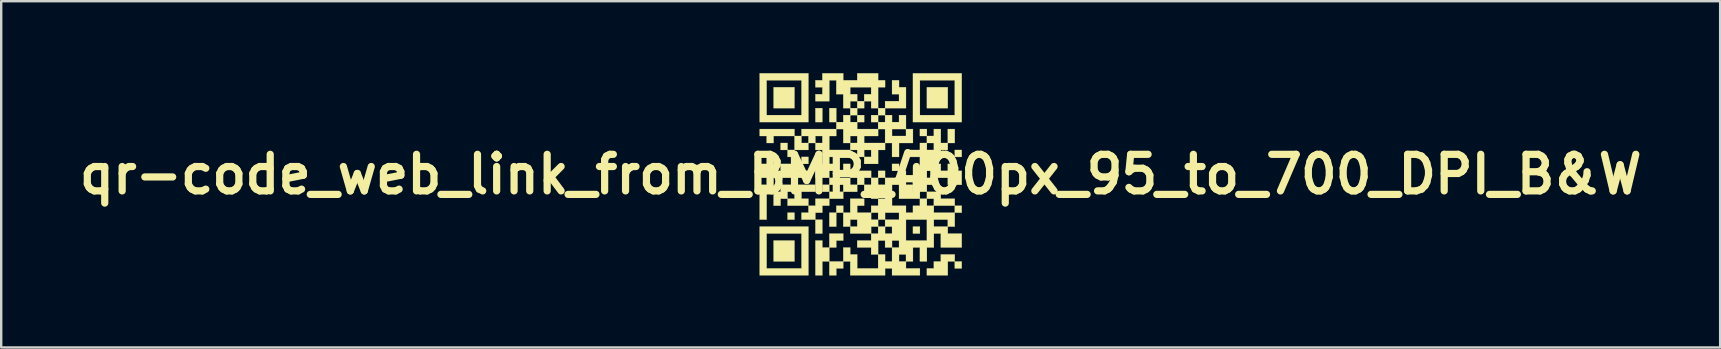
<source format=kicad_pcb>
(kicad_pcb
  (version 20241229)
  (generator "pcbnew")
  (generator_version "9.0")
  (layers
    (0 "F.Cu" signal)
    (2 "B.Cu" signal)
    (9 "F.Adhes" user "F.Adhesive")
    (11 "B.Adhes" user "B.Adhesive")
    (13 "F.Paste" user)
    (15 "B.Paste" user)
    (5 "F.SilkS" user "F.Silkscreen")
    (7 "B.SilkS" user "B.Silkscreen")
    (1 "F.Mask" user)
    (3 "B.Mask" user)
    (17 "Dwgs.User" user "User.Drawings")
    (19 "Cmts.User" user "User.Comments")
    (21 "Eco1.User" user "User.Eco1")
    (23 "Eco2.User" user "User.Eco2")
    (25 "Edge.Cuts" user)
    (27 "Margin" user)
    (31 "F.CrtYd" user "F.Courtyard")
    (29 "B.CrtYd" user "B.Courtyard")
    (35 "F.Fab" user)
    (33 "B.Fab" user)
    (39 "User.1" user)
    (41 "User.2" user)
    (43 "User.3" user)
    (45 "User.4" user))
  (footprint "qr-code_web_link_from_BMP_400px_95_to_700_DPI_B&W"
    (layer "F.Cu")
    (at 32.81 4.214)
    (property "Reference" "qr-code_web_link_from_BMP_400px_95_to_700_DPI_B&W" (at 0 0 0) (layer "F.SilkS") (effects (font (size 1.524 1.524) (thickness 0.3))))
    (attr through_hole)
    (fp_poly (pts (xy -3.048 -1.016) (xy -3.338 -1.016) (xy -3.338 -1.306) (xy -3.048 -1.306) (xy -3.048 -1.016)) (stroke (width 0.01) (type solid)) (fill yes) (layer "F.SilkS"))
    (fp_poly (pts (xy -2.758 -2.758) (xy -3.629 -2.758) (xy -3.629 -3.629) (xy -2.758 -3.629) (xy -2.758 -2.758)) (stroke (width 0.01) (type solid)) (fill yes) (layer "F.SilkS"))
    (fp_poly (pts (xy -2.758 -0.726) (xy -3.048 -0.726) (xy -3.048 -1.016) (xy -2.758 -1.016) (xy -2.758 -0.726)) (stroke (width 0.01) (type solid)) (fill yes) (layer "F.SilkS"))
    (fp_poly (pts (xy -2.758 1.887) (xy -3.048 1.887) (xy -3.048 1.597) (xy -2.758 1.597) (xy -2.758 1.887)) (stroke (width 0.01) (type solid)) (fill yes) (layer "F.SilkS"))
    (fp_poly (pts (xy -2.758 3.629) (xy -3.629 3.629) (xy -3.629 2.758) (xy -2.758 2.758) (xy -2.758 3.629)) (stroke (width 0.01) (type solid)) (fill yes) (layer "F.SilkS"))
    (fp_poly (pts (xy -2.177 -0.435) (xy -2.467 -0.435) (xy -2.467 -0.726) (xy -2.177 -0.726) (xy -2.177 -0.435)) (stroke (width 0.01) (type solid)) (fill yes) (layer "F.SilkS"))
    (fp_poly (pts (xy -1.597 -2.177) (xy -1.887 -2.177) (xy -1.887 -2.758) (xy -1.597 -2.758) (xy -1.597 -2.177)) (stroke (width 0.01) (type solid)) (fill yes) (layer "F.SilkS"))
    (fp_poly (pts (xy -1.597 2.467) (xy -1.887 2.467) (xy -1.887 1.887) (xy -1.597 1.887) (xy -1.597 2.467)) (stroke (width 0.01) (type solid)) (fill yes) (layer "F.SilkS"))
    (fp_poly (pts (xy -1.016 -2.177) (xy -1.306 -2.177) (xy -1.306 -2.758) (xy -1.016 -2.758) (xy -1.016 -2.177)) (stroke (width 0.01) (type solid)) (fill yes) (layer "F.SilkS"))
    (fp_poly (pts (xy -1.016 2.177) (xy -1.306 2.177) (xy -1.306 1.597) (xy -1.016 1.597) (xy -1.016 2.177)) (stroke (width 0.01) (type solid)) (fill yes) (layer "F.SilkS"))
    (fp_poly (pts (xy -0.726 1.597) (xy -1.016 1.597) (xy -1.016 1.306) (xy -0.726 1.306) (xy -0.726 1.597)) (stroke (width 0.01) (type solid)) (fill yes) (layer "F.SilkS"))
    (fp_poly (pts (xy -0.435 -0.145) (xy -0.726 -0.145) (xy -0.726 -0.435) (xy -0.435 -0.435) (xy -0.435 -0.145)) (stroke (width 0.01) (type solid)) (fill yes) (layer "F.SilkS"))
    (fp_poly (pts (xy 0.145 -2.758) (xy -0.145 -2.758) (xy -0.145 -3.048) (xy 0.145 -3.048) (xy 0.145 -2.758)) (stroke (width 0.01) (type solid)) (fill yes) (layer "F.SilkS"))
    (fp_poly (pts (xy 0.145 -2.177) (xy -0.145 -2.177) (xy -0.145 -2.467) (xy 0.145 -2.467) (xy 0.145 -2.177)) (stroke (width 0.01) (type solid)) (fill yes) (layer "F.SilkS"))
    (fp_poly (pts (xy 0.726 -2.177) (xy 0.435 -2.177) (xy 0.435 -2.467) (xy 0.726 -2.467) (xy 0.726 -2.177)) (stroke (width 0.01) (type solid)) (fill yes) (layer "F.SilkS"))
    (fp_poly (pts (xy 1.597 -0.145) (xy 1.306 -0.145) (xy 1.306 -0.435) (xy 1.597 -0.435) (xy 1.597 -0.145)) (stroke (width 0.01) (type solid)) (fill yes) (layer "F.SilkS"))
    (fp_poly (pts (xy 2.467 2.467) (xy 2.177 2.467) (xy 2.177 2.177) (xy 2.467 2.177) (xy 2.467 2.467)) (stroke (width 0.01) (type solid)) (fill yes) (layer "F.SilkS"))
    (fp_poly (pts (xy 2.758 -1.597) (xy 2.467 -1.597) (xy 2.467 -1.887) (xy 2.758 -1.887) (xy 2.758 -1.597)) (stroke (width 0.01) (type solid)) (fill yes) (layer "F.SilkS"))
    (fp_poly (pts (xy 3.629 -2.758) (xy 2.758 -2.758) (xy 2.758 -3.629) (xy 3.629 -3.629) (xy 3.629 -2.758)) (stroke (width 0.01) (type solid)) (fill yes) (layer "F.SilkS"))
    (fp_poly (pts (xy 3.919 -1.306) (xy 3.629 -1.306) (xy 3.629 -1.887) (xy 3.919 -1.887) (xy 3.919 -1.306)) (stroke (width 0.01) (type solid)) (fill yes) (layer "F.SilkS"))
    (fp_poly (pts (xy 4.209 -0.726) (xy 3.919 -0.726) (xy 3.919 -1.016) (xy 4.209 -1.016) (xy 4.209 -0.726)) (stroke (width 0.01) (type solid)) (fill yes) (layer "F.SilkS"))
    (fp_poly (pts (xy 4.209 1.597) (xy 3.919 1.597) (xy 3.919 1.306) (xy 4.209 1.306) (xy 4.209 1.597)) (stroke (width 0.01) (type solid)) (fill yes) (layer "F.SilkS"))
    (fp_poly (pts (xy 4.209 3.919) (xy 3.919 3.919) (xy 3.919 3.629) (xy 4.209 3.629) (xy 4.209 3.919)) (stroke (width 0.01) (type solid)) (fill yes) (layer "F.SilkS"))
    (fp_poly (pts (xy -0.726 2.758) (xy -1.016 2.758) (xy -1.016 3.048) (xy -1.306 3.048) (xy -1.306 2.467) (xy -0.726 2.467) (xy -0.726 2.758)) (stroke (width 0.01) (type solid)) (fill yes) (layer "F.SilkS"))
    (fp_poly (pts (xy -0.726 3.919) (xy -1.016 3.919) (xy -1.016 4.209) (xy -1.306 4.209) (xy -1.306 3.629) (xy -0.726 3.629) (xy -0.726 3.919)) (stroke (width 0.01) (type solid)) (fill yes) (layer "F.SilkS"))
    (fp_poly (pts (xy -2.758 -1.597) (xy -3.629 -1.597) (xy -3.629 -1.306) (xy -3.919 -1.306) (xy -3.919 -1.597) (xy -4.209 -1.597) (xy -4.209 -1.887) (xy -2.758 -1.887) (xy -2.758 -1.597)) (stroke (width 0.01) (type solid)) (fill yes) (layer "F.SilkS"))
    (fp_poly (pts (xy -1.597 3.048) (xy -1.306 3.048) (xy -1.306 3.629) (xy -1.597 3.629) (xy -1.597 4.209) (xy -1.887 4.209) (xy -1.887 2.758) (xy -1.597 2.758) (xy -1.597 3.048)) (stroke (width 0.01) (type solid)) (fill yes) (layer "F.SilkS"))
    (fp_poly (pts (xy 1.597 -3.629) (xy 1.887 -3.629) (xy 1.887 -2.758) (xy 1.016 -2.758) (xy 1.016 -3.048) (xy 1.597 -3.048) (xy 1.597 -3.338) (xy 1.306 -3.338) (xy 1.306 -3.919) (xy 1.597 -3.919) (xy 1.597 -3.629)) (stroke (width 0.01) (type solid)) (fill yes) (layer "F.SilkS"))
    (fp_poly (pts (xy 3.919 3.629) (xy 3.629 3.629) (xy 3.629 4.209) (xy 2.758 4.209) (xy 2.758 3.919) (xy 3.048 3.919) (xy 3.048 3.629) (xy 3.338 3.629) (xy 3.338 3.338) (xy 3.919 3.338) (xy 3.919 3.629)) (stroke (width 0.01) (type solid)) (fill yes) (layer "F.SilkS"))
    (fp_poly (pts (xy -2.177 -2.177) (xy -4.209 -2.177) (xy -4.209 -3.919) (xy -3.919 -3.919) (xy -3.919 -2.467) (xy -2.467 -2.467) (xy -2.467 -3.919) (xy -3.919 -3.919) (xy -4.209 -3.919) (xy -4.209 -4.209) (xy -2.177 -4.209) (xy -2.177 -2.177)) (stroke (width 0.01) (type solid)) (fill yes) (layer "F.SilkS"))
    (fp_poly (pts (xy -2.177 4.209) (xy -4.209 4.209) (xy -4.209 2.467) (xy -3.919 2.467) (xy -3.919 3.919) (xy -2.467 3.919) (xy -2.467 2.467) (xy -3.919 2.467) (xy -4.209 2.467) (xy -4.209 2.177) (xy -2.177 2.177) (xy -2.177 4.209)) (stroke (width 0.01) (type solid)) (fill yes) (layer "F.SilkS"))
    (fp_poly (pts (xy 4.209 -2.177) (xy 2.177 -2.177) (xy 2.177 -3.919) (xy 2.467 -3.919) (xy 2.467 -2.467) (xy 3.919 -2.467) (xy 3.919 -3.919) (xy 2.467 -3.919) (xy 2.177 -3.919) (xy 2.177 -4.209) (xy 4.209 -4.209) (xy 4.209 -2.177)) (stroke (width 0.01) (type solid)) (fill yes) (layer "F.SilkS"))
    (fp_poly (pts (xy -1.306 1.306) (xy -1.597 1.306) (xy -1.597 1.597) (xy -1.887 1.597) (xy -1.887 1.887) (xy -2.467 1.887) (xy -2.467 1.597) (xy -2.177 1.597) (xy -2.177 1.306) (xy -1.887 1.306) (xy -1.887 1.016) (xy -1.306 1.016) (xy -1.306 1.306)) (stroke (width 0.01) (type solid)) (fill yes) (layer "F.SilkS"))
    (fp_poly (pts (xy -3.629 -0.145) (xy -3.338 -0.145) (xy -3.338 -0.435) (xy -2.758 -0.435) (xy -2.758 -0.145) (xy -2.177 -0.145) (xy -2.177 0.145) (xy -3.629 0.145) (xy -3.629 0.726) (xy -3.919 0.726) (xy -3.919 1.887) (xy -4.209 1.887) (xy -4.209 0.435) (xy -3.919 0.435) (xy -3.919 0.145) (xy -4.209 0.145) (xy -4.209 -0.435) (xy -3.919 -0.435) (xy -3.919 -0.726) (xy -3.629 -0.726) (xy -3.629 -0.145)) (stroke (width 0.01) (type solid)) (fill yes) (layer "F.SilkS"))
    (fp_poly (pts (xy -1.887 0.726) (xy -2.467 0.726) (xy -2.467 1.016) (xy -2.177 1.016) (xy -2.177 1.306) (xy -3.048 1.306) (xy -3.048 1.016) (xy -3.338 1.016) (xy -3.338 1.306) (xy -3.629 1.306) (xy -3.629 0.726) (xy -3.338 0.726) (xy -3.048 0.726) (xy -3.048 1.016) (xy -2.758 1.016) (xy -2.758 0.726) (xy -3.048 0.726) (xy -3.338 0.726) (xy -3.338 0.435) (xy -1.887 0.435) (xy -1.887 0.726)) (stroke (width 0.01) (type solid)) (fill yes) (layer "F.SilkS"))
    (fp_poly (pts (xy 2.177 -1.887) (xy 2.177 -1.306) (xy 1.597 -1.306) (xy 1.597 -0.726) (xy 1.306 -0.726) (xy 1.306 -1.306) (xy 1.016 -1.306) (xy 1.016 -1.016) (xy 0.726 -1.016) (xy 0.726 -0.435) (xy 0.145 -0.435) (xy 0.145 -0.726) (xy -0.145 -0.726) (xy -0.145 -1.016) (xy 0.145 -1.016) (xy 0.145 -0.726) (xy 0.435 -0.726) (xy 0.435 -1.016) (xy 0.145 -1.016) (xy -0.145 -1.016) (xy -0.435 -1.016) (xy -0.435 -0.726) (xy -1.306 -0.726) (xy -1.306 -0.435) (xy -1.016 -0.435) (xy -1.016 -0.145) (xy -1.306 -0.145) (xy -1.306 0.145) (xy -1.887 0.145) (xy -1.887 -0.435) (xy -1.597 -0.435) (xy -1.597 -1.016) (xy -1.887 -1.016) (xy -1.887 -1.306) (xy -2.177 -1.306) (xy -2.177 -1.016) (xy -2.758 -1.016) (xy -2.758 -1.597) (xy -2.467 -1.597) (xy -2.467 -1.306) (xy -2.177 -1.306) (xy -2.177 -1.597) (xy -1.887 -1.597) (xy -1.887 -1.306) (xy -1.597 -1.306) (xy -1.597 -1.597) (xy -1.306 -1.597) (xy -1.306 -1.016) (xy -0.435 -1.016) (xy -0.435 -1.306) (xy -0.726 -1.306) (xy -0.726 -1.597) (xy -0.435 -1.597) (xy -0.435 -1.306) (xy -0.145 -1.306) (xy -0.145 -1.597) (xy 0.145 -1.597) (xy 0.145 -1.306) (xy 1.016 -1.306) (xy 1.016 -1.887) (xy 1.306 -1.887) (xy 1.306 -1.597) (xy 1.887 -1.597) (xy 1.887 -1.887) (xy 1.306 -1.887) (xy 1.016 -1.887) (xy 0.726 -1.887) (xy 0.726 -1.597) (xy 0.145 -1.597) (xy -0.145 -1.597) (xy -0.435 -1.597) (xy -0.726 -1.597) (xy -0.726 -1.887) (xy -1.016 -1.887) (xy -1.016 -1.597) (xy -1.306 -1.597) (xy -1.597 -1.597) (xy -1.887 -1.597) (xy -2.177 -1.597) (xy -2.467 -1.597) (xy -2.467 -1.887) (xy -1.016 -1.887) (xy -1.016 -2.177) (xy -0.726 -2.177) (xy -0.726 -2.467) (xy -0.435 -2.467) (xy -0.435 -2.758) (xy -0.726 -2.758) (xy -0.726 -3.338) (xy -1.016 -3.338) (xy -1.016 -3.629) (xy -0.435 -3.629) (xy -0.435 -3.338) (xy -0.145 -3.338) (xy -0.145 -3.048) (xy -0.435 -3.048) (xy -0.435 -2.758) (xy -0.145 -2.758) (xy -0.145 -2.467) (xy -0.435 -2.467) (xy -0.435 -2.177) (xy -0.145 -2.177) (xy -0.145 -1.887) (xy 0.726 -1.887) (xy 0.726 -2.177) (xy 1.016 -2.177) (xy 1.016 -2.467) (xy 0.726 -2.467) (xy 0.726 -2.758) (xy 0.435 -2.758) (xy 0.435 -3.048) (xy 0.145 -3.048) (xy 0.145 -3.338) (xy 0.435 -3.338) (xy 0.435 -3.629) (xy -0.435 -3.629) (xy -1.016 -3.629) (xy -1.016 -3.919) (xy -1.306 -3.919) (xy -1.306 -3.048) (xy -1.887 -3.048) (xy -1.887 -3.338) (xy -1.597 -3.338) (xy -1.597 -3.629) (xy -1.887 -3.629) (xy -1.887 -3.919) (xy -1.597 -3.919) (xy -1.597 -4.209) (xy -0.726 -4.209) (xy -0.726 -3.919) (xy -0.145 -3.919) (xy -0.145 -4.209) (xy 0.726 -4.209) (xy 0.726 -3.919) (xy 1.016 -3.919) (xy 1.016 -3.629) (xy 0.726 -3.629) (xy 0.726 -2.758) (xy 1.016 -2.758) (xy 1.016 -2.467) (xy 1.306 -2.467) (xy 1.306 -2.177) (xy 1.597 -2.177) (xy 1.597 -2.467) (xy 1.887 -2.467) (xy 1.887 -1.887) (xy 2.177 -1.887)) (stroke (width 0.01) (type solid)) (fill yes) (layer "F.SilkS"))
    (fp_poly (pts (xy -0.726 3.048) (xy -0.435 3.048) (xy -0.435 3.338) (xy -0.145 3.338) (xy -0.145 3.919) (xy 0.726 3.919) (xy 0.726 3.338) (xy 0.435 3.338) (xy 0.435 3.048) (xy -0.145 3.048) (xy -0.145 2.758) (xy 0.435 2.758) (xy 0.726 2.758) (xy 0.726 3.338) (xy 1.016 3.338) (xy 1.016 3.629) (xy 1.306 3.629) (xy 1.306 3.338) (xy 1.597 3.338) (xy 1.597 3.629) (xy 1.887 3.629) (xy 1.887 3.338) (xy 1.597 3.338) (xy 1.306 3.338) (xy 1.306 3.048) (xy 1.016 3.048) (xy 1.016 2.758) (xy 1.306 2.758) (xy 1.306 3.048) (xy 1.597 3.048) (xy 1.597 2.758) (xy 1.306 2.758) (xy 1.016 2.758) (xy 0.726 2.758) (xy 0.435 2.758) (xy 0.435 2.467) (xy -0.435 2.467) (xy -0.435 2.177) (xy -0.726 2.177) (xy -0.726 1.887) (xy -0.435 1.887) (xy -0.435 2.177) (xy -0.145 2.177) (xy 0.435 2.177) (xy 0.435 2.467) (xy 0.726 2.467) (xy 0.726 2.177) (xy 0.435 2.177) (xy -0.145 2.177) (xy -0.145 1.887) (xy -0.435 1.887) (xy -0.726 1.887) (xy -0.726 1.597) (xy -0.435 1.597) (xy -0.435 1.016) (xy 0.145 1.016) (xy 0.145 1.306) (xy -0.145 1.306) (xy -0.145 1.597) (xy 0.435 1.597) (xy 0.435 1.887) (xy 0.726 1.887) (xy 0.726 2.177) (xy 1.016 2.177) (xy 1.016 2.467) (xy 1.306 2.467) (xy 1.306 2.177) (xy 1.016 2.177) (xy 1.016 1.887) (xy 0.726 1.887) (xy 0.726 1.597) (xy 1.016 1.597) (xy 1.016 1.887) (xy 1.597 1.887) (xy 1.887 1.887) (xy 1.887 2.758) (xy 2.758 2.758) (xy 2.758 1.887) (xy 3.048 1.887) (xy 3.048 2.177) (xy 3.629 2.177) (xy 3.629 1.887) (xy 3.048 1.887) (xy 2.758 1.887) (xy 1.887 1.887) (xy 1.597 1.887) (xy 1.597 1.597) (xy 1.016 1.597) (xy 0.726 1.597) (xy 0.435 1.597) (xy 0.435 1.306) (xy 0.726 1.306) (xy 0.726 1.016) (xy 0.435 1.016) (xy 0.435 0.726) (xy 0.726 0.726) (xy 0.726 1.016) (xy 1.016 1.016) (xy 1.016 0.726) (xy 0.726 0.726) (xy 0.435 0.726) (xy 0.145 0.726) (xy 0.145 0.435) (xy -0.145 0.435) (xy -0.145 0.726) (xy -0.726 0.726) (xy -0.726 1.016) (xy -1.306 1.016) (xy -1.306 0.726) (xy -1.597 0.726) (xy -1.597 0.435) (xy -1.306 0.435) (xy -1.306 0.726) (xy -0.726 0.726) (xy -0.726 0.435) (xy -1.306 0.435) (xy -1.306 0.145) (xy -0.435 0.145) (xy -0.435 0.435) (xy -0.145 0.435) (xy -0.145 0.145) (xy 0.145 0.145) (xy 0.145 0.435) (xy 0.435 0.435) (xy 0.435 0.145) (xy 0.145 0.145) (xy -0.145 0.145) (xy -0.435 0.145) (xy -0.435 -0.145) (xy 0.435 -0.145) (xy 0.435 0.145) (xy 0.726 0.145) (xy 0.726 0.435) (xy 1.016 0.435) (xy 1.306 0.435) (xy 1.306 1.306) (xy 1.887 1.306) (xy 1.887 1.597) (xy 2.177 1.597) (xy 2.177 1.306) (xy 2.467 1.306) (xy 2.467 1.016) (xy 1.597 1.016) (xy 1.597 0.435) (xy 1.306 0.435) (xy 1.016 0.435) (xy 1.016 0.145) (xy 0.726 0.145) (xy 0.726 -0.145) (xy 1.016 -0.145) (xy 1.016 0.145) (xy 1.597 0.145) (xy 1.597 -0.145) (xy 1.887 -0.145) (xy 1.887 0.435) (xy 2.177 0.435) (xy 2.177 0.726) (xy 2.467 0.726) (xy 2.467 1.016) (xy 2.758 1.016) (xy 2.758 1.306) (xy 3.048 1.306) (xy 3.048 1.016) (xy 2.758 1.016) (xy 2.758 0.726) (xy 2.467 0.726) (xy 2.467 0.435) (xy 2.177 0.435) (xy 2.177 0.145) (xy 2.467 0.145) (xy 2.467 -0.145) (xy 2.758 -0.145) (xy 2.758 0.145) (xy 3.048 0.145) (xy 3.048 -0.145) (xy 2.758 -0.145) (xy 2.467 -0.145) (xy 2.467 -0.726) (xy 1.887 -0.726) (xy 1.887 -1.016) (xy 2.467 -1.016) (xy 2.467 -1.306) (xy 2.758 -1.306) (xy 2.758 -1.016) (xy 3.048 -1.016) (xy 3.048 -1.306) (xy 2.758 -1.306) (xy 2.758 -1.597) (xy 3.048 -1.597) (xy 3.048 -1.887) (xy 3.338 -1.887) (xy 3.338 -1.306) (xy 3.629 -1.306) (xy 3.629 -1.016) (xy 3.338 -1.016) (xy 3.338 -0.726) (xy 3.048 -0.726) (xy 3.048 -0.435) (xy 3.338 -0.435) (xy 3.338 -0.145) (xy 3.629 -0.145) (xy 3.629 -0.435) (xy 3.919 -0.435) (xy 3.919 -0.145) (xy 4.209 -0.145) (xy 4.209 0.435) (xy 3.629 0.435) (xy 3.629 0.145) (xy 3.048 0.145) (xy 3.048 0.435) (xy 2.758 0.435) (xy 2.758 0.726) (xy 3.338 0.726) (xy 3.338 1.016) (xy 3.919 1.016) (xy 3.919 1.306) (xy 3.048 1.306) (xy 3.048 1.597) (xy 3.919 1.597) (xy 3.919 2.177) (xy 3.629 2.177) (xy 3.629 2.467) (xy 4.209 2.467) (xy 4.209 3.048) (xy 3.338 3.048) (xy 3.338 2.467) (xy 3.048 2.467) (xy 3.048 3.048) (xy 2.758 3.048) (xy 2.758 3.629) (xy 2.467 3.629) (xy 2.467 3.048) (xy 2.177 3.048) (xy 2.177 3.629) (xy 1.887 3.629) (xy 1.887 3.919) (xy 2.467 3.919) (xy 2.467 4.209) (xy 1.306 4.209) (xy 1.306 3.919) (xy 1.016 3.919) (xy 1.016 4.209) (xy -0.435 4.209) (xy -0.435 3.629) (xy -0.726 3.629) (xy -0.726 3.048)) (stroke (width 0.01) (type solid)) (fill yes) (layer "F.SilkS")))
  (gr_rect
    (start -3 -3)
    (end 68.619 11.428)
    (stroke (width 0.1) (type default))
    (fill no)
    (layer "Edge.Cuts")))
</source>
